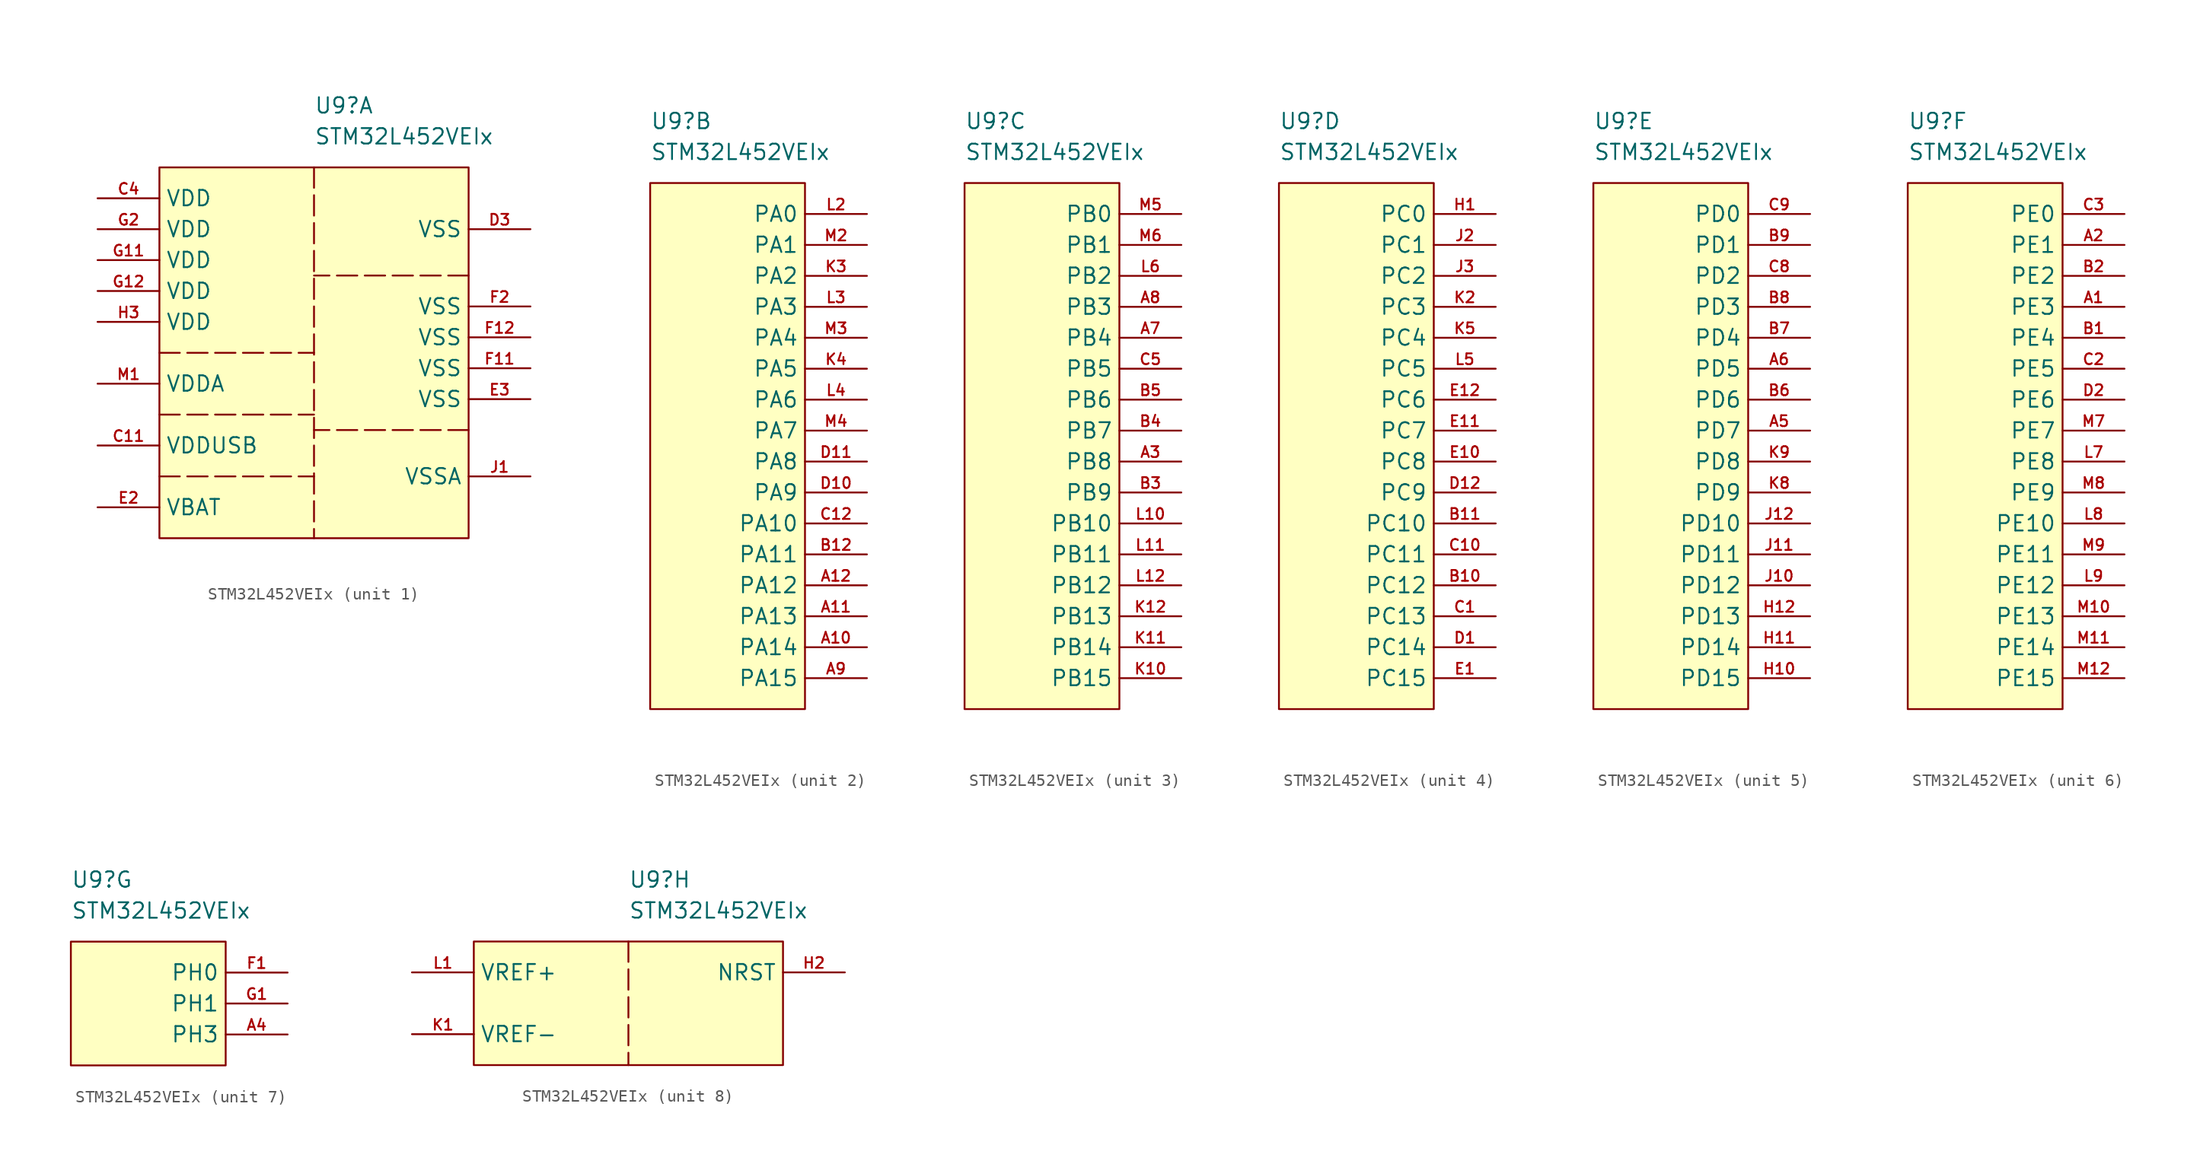
<source format=kicad_sym>
(kicad_symbol_lib
  (version 20241209)
  (generator "kicad_symbol_editor")
  (generator_version "9.0")
  (symbol "STM32L452VEIx"
    (property "Reference" "U9"
      (at 0 5.08 0)
      (effects (font (size 1.27 1.27)) (justify left)))
    (property "Value" "STM32L452VEIx"
      (at 0 2.54 0)
      (effects (font (size 1.27 1.27)) (justify left)))
    (property "ki_locked" ""
      (at 0 0 0)
      (effects (font (size 1.27 1.27))))
    (symbol "STM32L452VEIx_1_1"
      (rectangle (start -12.7 0) (end 12.7 -30.48) (stroke (width 0) (type solid)) (fill (type background)))
      (polyline (pts (xy -12.7 -15.24) (xy 0 -15.24)) (stroke (width 0) (type dash)) (fill (type none)))
      (polyline (pts (xy -12.7 -20.32) (xy 0 -20.32)) (stroke (width 0) (type dash)) (fill (type none)))
      (polyline (pts (xy -12.7 -25.4) (xy 0 -25.4)) (stroke (width 0) (type dash)) (fill (type none)))
      (polyline (pts (xy 0 0) (xy 0 -30.48)) (stroke (width 0) (type dash)) (fill (type none)))
      (polyline (pts (xy 12.7 -8.89) (xy 0 -8.89)) (stroke (width 0) (type dash)) (fill (type none)))
      (polyline (pts (xy 12.7 -21.59) (xy 0 -21.59)) (stroke (width 0) (type dash)) (fill (type none)))
      (pin power_in line (at -17.78 -2.54 0) (length 5.08) (name "VDD" (effects (font (size 1.27 1.27)))) (number "C4" (effects (font (size 0.889 0.889)))))
      (pin power_in line (at -17.78 -5.08 0) (length 5.08) (name "VDD" (effects (font (size 1.27 1.27)))) (number "G2" (effects (font (size 0.889 0.889)))))
      (pin power_in line (at -17.78 -7.62 0) (length 5.08) (name "VDD" (effects (font (size 1.27 1.27)))) (number "G11" (effects (font (size 0.889 0.889)))))
      (pin power_in line (at -17.78 -10.16 0) (length 5.08) (name "VDD" (effects (font (size 1.27 1.27)))) (number "G12" (effects (font (size 0.889 0.889)))))
      (pin power_in line (at -17.78 -12.7 0) (length 5.08) (name "VDD" (effects (font (size 1.27 1.27)))) (number "H3" (effects (font (size 0.889 0.889)))))
      (pin power_in line (at -17.78 -17.78 0) (length 5.08) (name "VDDA" (effects (font (size 1.27 1.27)))) (number "M1" (effects (font (size 0.889 0.889)))))
      (pin power_in line (at -17.78 -22.86 0) (length 5.08) (name "VDDUSB" (effects (font (size 1.27 1.27)))) (number "C11" (effects (font (size 0.889 0.889)))))
      (pin power_in line (at -17.78 -27.94 0) (length 5.08) (name "VBAT" (effects (font (size 1.27 1.27)))) (number "E2" (effects (font (size 0.889 0.889)))))
      (pin power_in line (at 17.78 -5.08 180) (length 5.08) (name "VSS" (effects (font (size 1.27 1.27)))) (number "D3" (effects (font (size 0.889 0.889)))))
      (pin power_in line (at 17.78 -11.43 180) (length 5.08) (name "VSS" (effects (font (size 1.27 1.27)))) (number "F2" (effects (font (size 0.889 0.889)))))
      (pin power_in line (at 17.78 -13.97 180) (length 5.08) (name "VSS" (effects (font (size 1.27 1.27)))) (number "F12" (effects (font (size 0.889 0.889)))))
      (pin power_in line (at 17.78 -16.51 180) (length 5.08) (name "VSS" (effects (font (size 1.27 1.27)))) (number "F11" (effects (font (size 0.889 0.889)))))
      (pin power_in line (at 17.78 -19.05 180) (length 5.08) (name "VSS" (effects (font (size 1.27 1.27)))) (number "E3" (effects (font (size 0.889 0.889)))))
      (pin power_in line (at 17.78 -25.4 180) (length 5.08) (name "VSSA" (effects (font (size 1.27 1.27)))) (number "J1" (effects (font (size 0.889 0.889))))))
    (symbol "STM32L452VEIx_2_1"
      (rectangle (start 0 0) (end 12.7 -43.18) (stroke (width 0) (type solid)) (fill (type background)))
      (pin bidirectional line (at 17.78 -2.54 180) (length 5.08) (name "PA0" (effects (font (size 1.27 1.27)))) (number "L2" (effects (font (size 0.889 0.889)))) (alternate "ADC1_IN5" bidirectional line) (alternate "COMP1_INM" bidirectional line) (alternate "COMP1_OUT" bidirectional line) (alternate "OPAMP1_VINP" bidirectional line) (alternate "RTC_TAMP2" bidirectional line) (alternate "SAI1_EXTCLK" bidirectional line) (alternate "SYS_WKUP1" bidirectional line) (alternate "TIM2_CH1" bidirectional line) (alternate "TIM2_ETR" bidirectional line) (alternate "UART4_TX" bidirectional line) (alternate "USART2_CTS" bidirectional line))
      (pin bidirectional line (at 17.78 -5.08 180) (length 5.08) (name "PA1" (effects (font (size 1.27 1.27)))) (number "M2" (effects (font (size 0.889 0.889)))) (alternate "ADC1_IN6" bidirectional line) (alternate "COMP1_INP" bidirectional line) (alternate "I2C1_SMBA" bidirectional line) (alternate "OPAMP1_VINM" bidirectional line) (alternate "SPI1_SCK" bidirectional line) (alternate "TIM15_CH1N" bidirectional line) (alternate "TIM2_CH2" bidirectional line) (alternate "UART4_RX" bidirectional line) (alternate "USART2_DE" bidirectional line) (alternate "USART2_RTS" bidirectional line))
      (pin bidirectional line (at 17.78 -7.62 180) (length 5.08) (name "PA2" (effects (font (size 1.27 1.27)))) (number "K3" (effects (font (size 0.889 0.889)))) (alternate "ADC1_IN7" bidirectional line) (alternate "COMP2_INM" bidirectional line) (alternate "COMP2_OUT" bidirectional line) (alternate "LPUART1_TX" bidirectional line) (alternate "QUADSPI_BK1_NCS" bidirectional line) (alternate "RCC_LSCO" bidirectional line) (alternate "SYS_WKUP4" bidirectional line) (alternate "TIM15_CH1" bidirectional line) (alternate "TIM2_CH3" bidirectional line) (alternate "USART2_TX" bidirectional line))
      (pin bidirectional line (at 17.78 -10.16 180) (length 5.08) (name "PA3" (effects (font (size 1.27 1.27)))) (number "L3" (effects (font (size 0.889 0.889)))) (alternate "ADC1_IN8" bidirectional line) (alternate "COMP2_INP" bidirectional line) (alternate "LPUART1_RX" bidirectional line) (alternate "OPAMP1_VOUT" bidirectional line) (alternate "QUADSPI_CLK" bidirectional line) (alternate "SAI1_MCLK_A" bidirectional line) (alternate "TIM15_CH2" bidirectional line) (alternate "TIM2_CH4" bidirectional line) (alternate "USART2_RX" bidirectional line))
      (pin bidirectional line (at 17.78 -12.7 180) (length 5.08) (name "PA4" (effects (font (size 1.27 1.27)))) (number "M3" (effects (font (size 0.889 0.889)))) (alternate "ADC1_IN9" bidirectional line) (alternate "COMP1_INM" bidirectional line) (alternate "COMP2_INM" bidirectional line) (alternate "DAC1_OUT1" bidirectional line) (alternate "LPTIM2_OUT" bidirectional line) (alternate "SAI1_FS_B" bidirectional line) (alternate "SPI1_NSS" bidirectional line) (alternate "SPI3_NSS" bidirectional line) (alternate "USART2_CK" bidirectional line))
      (pin bidirectional line (at 17.78 -15.24 180) (length 5.08) (name "PA5" (effects (font (size 1.27 1.27)))) (number "K4" (effects (font (size 0.889 0.889)))) (alternate "ADC1_IN10" bidirectional line) (alternate "COMP1_INM" bidirectional line) (alternate "COMP2_INM" bidirectional line) (alternate "DFSDM1_CKOUT" bidirectional line) (alternate "LPTIM2_ETR" bidirectional line) (alternate "SPI1_SCK" bidirectional line) (alternate "TIM2_CH1" bidirectional line) (alternate "TIM2_ETR" bidirectional line))
      (pin bidirectional line (at 17.78 -17.78 180) (length 5.08) (name "PA6" (effects (font (size 1.27 1.27)))) (number "L4" (effects (font (size 0.889 0.889)))) (alternate "ADC1_IN11" bidirectional line) (alternate "COMP1_OUT" bidirectional line) (alternate "LPUART1_CTS" bidirectional line) (alternate "QUADSPI_BK1_IO3" bidirectional line) (alternate "SPI1_MISO" bidirectional line) (alternate "TIM16_CH1" bidirectional line) (alternate "TIM1_BKIN" bidirectional line) (alternate "TIM1_BKIN_COMP2" bidirectional line) (alternate "TIM3_CH1" bidirectional line) (alternate "USART3_CTS" bidirectional line))
      (pin bidirectional line (at 17.78 -20.32 180) (length 5.08) (name "PA7" (effects (font (size 1.27 1.27)))) (number "M4" (effects (font (size 0.889 0.889)))) (alternate "ADC1_IN12" bidirectional line) (alternate "COMP2_OUT" bidirectional line) (alternate "DFSDM1_DATIN0" bidirectional line) (alternate "I2C3_SCL" bidirectional line) (alternate "QUADSPI_BK1_IO2" bidirectional line) (alternate "SPI1_MOSI" bidirectional line) (alternate "TIM1_CH1N" bidirectional line) (alternate "TIM3_CH2" bidirectional line))
      (pin bidirectional line (at 17.78 -22.86 180) (length 5.08) (name "PA8" (effects (font (size 1.27 1.27)))) (number "D11" (effects (font (size 0.889 0.889)))) (alternate "DFSDM1_CKIN1" bidirectional line) (alternate "LPTIM2_OUT" bidirectional line) (alternate "RCC_MCO" bidirectional line) (alternate "SAI1_SCK_A" bidirectional line) (alternate "TIM1_CH1" bidirectional line) (alternate "USART1_CK" bidirectional line))
      (pin bidirectional line (at 17.78 -25.4 180) (length 5.08) (name "PA9" (effects (font (size 1.27 1.27)))) (number "D10" (effects (font (size 0.889 0.889)))) (alternate "DAC1_EXTI9" bidirectional line) (alternate "DFSDM1_DATIN1" bidirectional line) (alternate "I2C1_SCL" bidirectional line) (alternate "SAI1_FS_A" bidirectional line) (alternate "TIM15_BKIN" bidirectional line) (alternate "TIM1_CH2" bidirectional line) (alternate "USART1_TX" bidirectional line))
      (pin bidirectional line (at 17.78 -27.94 180) (length 5.08) (name "PA10" (effects (font (size 1.27 1.27)))) (number "C12" (effects (font (size 0.889 0.889)))) (alternate "CRS_SYNC" bidirectional line) (alternate "I2C1_SDA" bidirectional line) (alternate "SAI1_SD_A" bidirectional line) (alternate "TIM1_CH3" bidirectional line) (alternate "USART1_RX" bidirectional line))
      (pin bidirectional line (at 17.78 -30.48 180) (length 5.08) (name "PA11" (effects (font (size 1.27 1.27)))) (number "B12" (effects (font (size 0.889 0.889)))) (alternate "ADC1_EXTI11" bidirectional line) (alternate "CAN1_RX" bidirectional line) (alternate "COMP1_OUT" bidirectional line) (alternate "SPI1_MISO" bidirectional line) (alternate "TIM1_BKIN2" bidirectional line) (alternate "TIM1_BKIN2_COMP1" bidirectional line) (alternate "TIM1_CH4" bidirectional line) (alternate "USART1_CTS" bidirectional line) (alternate "USB_DM" bidirectional line))
      (pin bidirectional line (at 17.78 -33.02 180) (length 5.08) (name "PA12" (effects (font (size 1.27 1.27)))) (number "A12" (effects (font (size 0.889 0.889)))) (alternate "CAN1_TX" bidirectional line) (alternate "SPI1_MOSI" bidirectional line) (alternate "TIM1_ETR" bidirectional line) (alternate "USART1_DE" bidirectional line) (alternate "USART1_RTS" bidirectional line) (alternate "USB_DP" bidirectional line))
      (pin bidirectional line (at 17.78 -35.56 180) (length 5.08) (name "PA13" (effects (font (size 1.27 1.27)))) (number "A11" (effects (font (size 0.889 0.889)))) (alternate "IR_OUT" bidirectional line) (alternate "SAI1_SD_B" bidirectional line) (alternate "SYS_JTMS-SWDIO" bidirectional line) (alternate "USB_NOE" bidirectional line))
      (pin bidirectional line (at 17.78 -38.1 180) (length 5.08) (name "PA14" (effects (font (size 1.27 1.27)))) (number "A10" (effects (font (size 0.889 0.889)))) (alternate "I2C1_SMBA" bidirectional line) (alternate "I2C4_SMBA" bidirectional line) (alternate "LPTIM1_OUT" bidirectional line) (alternate "SAI1_FS_B" bidirectional line) (alternate "SYS_JTCK-SWCLK" bidirectional line))
      (pin bidirectional line (at 17.78 -40.64 180) (length 5.08) (name "PA15" (effects (font (size 1.27 1.27)))) (number "A9" (effects (font (size 0.889 0.889)))) (alternate "ADC1_EXTI15" bidirectional line) (alternate "SPI1_NSS" bidirectional line) (alternate "SPI3_NSS" bidirectional line) (alternate "SYS_JTDI" bidirectional line) (alternate "TIM2_CH1" bidirectional line) (alternate "TIM2_ETR" bidirectional line) (alternate "TSC_G3_IO1" bidirectional line) (alternate "UART4_DE" bidirectional line) (alternate "UART4_RTS" bidirectional line) (alternate "USART2_RX" bidirectional line) (alternate "USART3_DE" bidirectional line) (alternate "USART3_RTS" bidirectional line)))
    (symbol "STM32L452VEIx_3_1"
      (rectangle (start 0 0) (end 12.7 -43.18) (stroke (width 0) (type solid)) (fill (type background)))
      (pin bidirectional line (at 17.78 -2.54 180) (length 5.08) (name "PB0" (effects (font (size 1.27 1.27)))) (number "M5" (effects (font (size 0.889 0.889)))) (alternate "ADC1_IN15" bidirectional line) (alternate "COMP1_OUT" bidirectional line) (alternate "DFSDM1_CKIN0" bidirectional line) (alternate "QUADSPI_BK1_IO1" bidirectional line) (alternate "SAI1_EXTCLK" bidirectional line) (alternate "SPI1_NSS" bidirectional line) (alternate "TIM1_CH2N" bidirectional line) (alternate "TIM3_CH3" bidirectional line) (alternate "USART3_CK" bidirectional line))
      (pin bidirectional line (at 17.78 -5.08 180) (length 5.08) (name "PB1" (effects (font (size 1.27 1.27)))) (number "M6" (effects (font (size 0.889 0.889)))) (alternate "ADC1_IN16" bidirectional line) (alternate "COMP1_INM" bidirectional line) (alternate "DFSDM1_DATIN0" bidirectional line) (alternate "LPTIM2_IN1" bidirectional line) (alternate "LPUART1_DE" bidirectional line) (alternate "LPUART1_RTS" bidirectional line) (alternate "QUADSPI_BK1_IO0" bidirectional line) (alternate "TIM1_CH3N" bidirectional line) (alternate "TIM3_CH4" bidirectional line) (alternate "USART3_DE" bidirectional line) (alternate "USART3_RTS" bidirectional line))
      (pin bidirectional line (at 17.78 -7.62 180) (length 5.08) (name "PB2" (effects (font (size 1.27 1.27)))) (number "L6" (effects (font (size 0.889 0.889)))) (alternate "COMP1_INP" bidirectional line) (alternate "DFSDM1_CKIN0" bidirectional line) (alternate "I2C3_SMBA" bidirectional line) (alternate "LPTIM1_OUT" bidirectional line) (alternate "RTC_OUT_ALARM" bidirectional line) (alternate "RTC_OUT_CALIB" bidirectional line))
      (pin bidirectional line (at 17.78 -10.16 180) (length 5.08) (name "PB3" (effects (font (size 1.27 1.27)))) (number "A8" (effects (font (size 0.889 0.889)))) (alternate "COMP2_INM" bidirectional line) (alternate "SAI1_SCK_B" bidirectional line) (alternate "SPI1_SCK" bidirectional line) (alternate "SPI3_SCK" bidirectional line) (alternate "SYS_JTDO-SWO" bidirectional line) (alternate "TIM2_CH2" bidirectional line) (alternate "USART1_DE" bidirectional line) (alternate "USART1_RTS" bidirectional line))
      (pin bidirectional line (at 17.78 -12.7 180) (length 5.08) (name "PB4" (effects (font (size 1.27 1.27)))) (number "A7" (effects (font (size 0.889 0.889)))) (alternate "COMP2_INP" bidirectional line) (alternate "I2C3_SDA" bidirectional line) (alternate "SAI1_MCLK_B" bidirectional line) (alternate "SPI1_MISO" bidirectional line) (alternate "SPI3_MISO" bidirectional line) (alternate "SYS_JTRST" bidirectional line) (alternate "TIM3_CH1" bidirectional line) (alternate "TSC_G2_IO1" bidirectional line) (alternate "USART1_CTS" bidirectional line))
      (pin bidirectional line (at 17.78 -15.24 180) (length 5.08) (name "PB5" (effects (font (size 1.27 1.27)))) (number "C5" (effects (font (size 0.889 0.889)))) (alternate "CAN1_RX" bidirectional line) (alternate "COMP2_OUT" bidirectional line) (alternate "I2C1_SMBA" bidirectional line) (alternate "LPTIM1_IN1" bidirectional line) (alternate "SAI1_SD_B" bidirectional line) (alternate "SPI1_MOSI" bidirectional line) (alternate "SPI3_MOSI" bidirectional line) (alternate "TIM16_BKIN" bidirectional line) (alternate "TIM3_CH2" bidirectional line) (alternate "TSC_G2_IO2" bidirectional line) (alternate "USART1_CK" bidirectional line))
      (pin bidirectional line (at 17.78 -17.78 180) (length 5.08) (name "PB6" (effects (font (size 1.27 1.27)))) (number "B5" (effects (font (size 0.889 0.889)))) (alternate "CAN1_TX" bidirectional line) (alternate "COMP2_INP" bidirectional line) (alternate "I2C1_SCL" bidirectional line) (alternate "I2C4_SCL" bidirectional line) (alternate "LPTIM1_ETR" bidirectional line) (alternate "SAI1_FS_B" bidirectional line) (alternate "TIM16_CH1N" bidirectional line) (alternate "TSC_G2_IO3" bidirectional line) (alternate "USART1_TX" bidirectional line))
      (pin bidirectional line (at 17.78 -20.32 180) (length 5.08) (name "PB7" (effects (font (size 1.27 1.27)))) (number "B4" (effects (font (size 0.889 0.889)))) (alternate "COMP2_INM" bidirectional line) (alternate "I2C1_SDA" bidirectional line) (alternate "I2C4_SDA" bidirectional line) (alternate "LPTIM1_IN2" bidirectional line) (alternate "SYS_PVD_IN" bidirectional line) (alternate "TSC_G2_IO4" bidirectional line) (alternate "UART4_CTS" bidirectional line) (alternate "USART1_RX" bidirectional line))
      (pin bidirectional line (at 17.78 -22.86 180) (length 5.08) (name "PB8" (effects (font (size 1.27 1.27)))) (number "A3" (effects (font (size 0.889 0.889)))) (alternate "CAN1_RX" bidirectional line) (alternate "I2C1_SCL" bidirectional line) (alternate "SAI1_MCLK_A" bidirectional line) (alternate "SDMMC1_D4" bidirectional line) (alternate "TIM16_CH1" bidirectional line))
      (pin bidirectional line (at 17.78 -25.4 180) (length 5.08) (name "PB9" (effects (font (size 1.27 1.27)))) (number "B3" (effects (font (size 0.889 0.889)))) (alternate "CAN1_TX" bidirectional line) (alternate "DAC1_EXTI9" bidirectional line) (alternate "I2C1_SDA" bidirectional line) (alternate "IR_OUT" bidirectional line) (alternate "SAI1_FS_A" bidirectional line) (alternate "SDMMC1_D5" bidirectional line) (alternate "SPI2_NSS" bidirectional line))
      (pin bidirectional line (at 17.78 -27.94 180) (length 5.08) (name "PB10" (effects (font (size 1.27 1.27)))) (number "L10" (effects (font (size 0.889 0.889)))) (alternate "COMP1_OUT" bidirectional line) (alternate "I2C2_SCL" bidirectional line) (alternate "I2C4_SCL" bidirectional line) (alternate "LPUART1_RX" bidirectional line) (alternate "QUADSPI_CLK" bidirectional line) (alternate "SAI1_SCK_A" bidirectional line) (alternate "SPI2_SCK" bidirectional line) (alternate "TIM2_CH3" bidirectional line) (alternate "TSC_SYNC" bidirectional line) (alternate "USART3_TX" bidirectional line))
      (pin bidirectional line (at 17.78 -30.48 180) (length 5.08) (name "PB11" (effects (font (size 1.27 1.27)))) (number "L11" (effects (font (size 0.889 0.889)))) (alternate "ADC1_EXTI11" bidirectional line) (alternate "COMP2_OUT" bidirectional line) (alternate "I2C2_SDA" bidirectional line) (alternate "I2C4_SDA" bidirectional line) (alternate "LPUART1_TX" bidirectional line) (alternate "QUADSPI_BK1_NCS" bidirectional line) (alternate "TIM2_CH4" bidirectional line) (alternate "USART3_RX" bidirectional line))
      (pin bidirectional line (at 17.78 -33.02 180) (length 5.08) (name "PB12" (effects (font (size 1.27 1.27)))) (number "L12" (effects (font (size 0.889 0.889)))) (alternate "CAN1_RX" bidirectional line) (alternate "DFSDM1_DATIN1" bidirectional line) (alternate "I2C2_SMBA" bidirectional line) (alternate "LPUART1_DE" bidirectional line) (alternate "LPUART1_RTS" bidirectional line) (alternate "SAI1_FS_A" bidirectional line) (alternate "SPI2_NSS" bidirectional line) (alternate "TIM15_BKIN" bidirectional line) (alternate "TIM1_BKIN" bidirectional line) (alternate "TIM1_BKIN_COMP2" bidirectional line) (alternate "TSC_G1_IO1" bidirectional line) (alternate "USART3_CK" bidirectional line))
      (pin bidirectional line (at 17.78 -35.56 180) (length 5.08) (name "PB13" (effects (font (size 1.27 1.27)))) (number "K12" (effects (font (size 0.889 0.889)))) (alternate "CAN1_TX" bidirectional line) (alternate "DFSDM1_CKIN1" bidirectional line) (alternate "I2C2_SCL" bidirectional line) (alternate "LPUART1_CTS" bidirectional line) (alternate "SAI1_SCK_A" bidirectional line) (alternate "SPI2_SCK" bidirectional line) (alternate "TIM15_CH1N" bidirectional line) (alternate "TIM1_CH1N" bidirectional line) (alternate "TSC_G1_IO2" bidirectional line) (alternate "USART3_CTS" bidirectional line))
      (pin bidirectional line (at 17.78 -38.1 180) (length 5.08) (name "PB14" (effects (font (size 1.27 1.27)))) (number "K11" (effects (font (size 0.889 0.889)))) (alternate "DFSDM1_DATIN2" bidirectional line) (alternate "I2C2_SDA" bidirectional line) (alternate "SAI1_MCLK_A" bidirectional line) (alternate "SPI2_MISO" bidirectional line) (alternate "TIM15_CH1" bidirectional line) (alternate "TIM1_CH2N" bidirectional line) (alternate "TSC_G1_IO3" bidirectional line) (alternate "USART3_DE" bidirectional line) (alternate "USART3_RTS" bidirectional line))
      (pin bidirectional line (at 17.78 -40.64 180) (length 5.08) (name "PB15" (effects (font (size 1.27 1.27)))) (number "K10" (effects (font (size 0.889 0.889)))) (alternate "ADC1_EXTI15" bidirectional line) (alternate "DFSDM1_CKIN2" bidirectional line) (alternate "RTC_REFIN" bidirectional line) (alternate "SAI1_SD_A" bidirectional line) (alternate "SPI2_MOSI" bidirectional line) (alternate "TIM15_CH2" bidirectional line) (alternate "TIM1_CH3N" bidirectional line) (alternate "TSC_G1_IO4" bidirectional line)))
    (symbol "STM32L452VEIx_4_1"
      (rectangle (start 0 0) (end 12.7 -43.18) (stroke (width 0) (type solid)) (fill (type background)))
      (pin bidirectional line (at 17.78 -2.54 180) (length 5.08) (name "PC0" (effects (font (size 1.27 1.27)))) (number "H1" (effects (font (size 0.889 0.889)))) (alternate "ADC1_IN1" bidirectional line) (alternate "I2C3_SCL" bidirectional line) (alternate "I2C4_SCL" bidirectional line) (alternate "LPTIM1_IN1" bidirectional line) (alternate "LPTIM2_IN1" bidirectional line) (alternate "LPUART1_RX" bidirectional line))
      (pin bidirectional line (at 17.78 -5.08 180) (length 5.08) (name "PC1" (effects (font (size 1.27 1.27)))) (number "J2" (effects (font (size 0.889 0.889)))) (alternate "ADC1_IN2" bidirectional line) (alternate "I2C3_SDA" bidirectional line) (alternate "I2C4_SDA" bidirectional line) (alternate "LPTIM1_OUT" bidirectional line) (alternate "LPUART1_TX" bidirectional line) (alternate "SYS_TRACED0" bidirectional line))
      (pin bidirectional line (at 17.78 -7.62 180) (length 5.08) (name "PC2" (effects (font (size 1.27 1.27)))) (number "J3" (effects (font (size 0.889 0.889)))) (alternate "ADC1_IN3" bidirectional line) (alternate "DFSDM1_CKOUT" bidirectional line) (alternate "LPTIM1_IN2" bidirectional line) (alternate "SPI2_MISO" bidirectional line))
      (pin bidirectional line (at 17.78 -10.16 180) (length 5.08) (name "PC3" (effects (font (size 1.27 1.27)))) (number "K2" (effects (font (size 0.889 0.889)))) (alternate "ADC1_IN4" bidirectional line) (alternate "LPTIM1_ETR" bidirectional line) (alternate "LPTIM2_ETR" bidirectional line) (alternate "SAI1_SD_A" bidirectional line) (alternate "SPI2_MOSI" bidirectional line))
      (pin bidirectional line (at 17.78 -12.7 180) (length 5.08) (name "PC4" (effects (font (size 1.27 1.27)))) (number "K5" (effects (font (size 0.889 0.889)))) (alternate "ADC1_IN13" bidirectional line) (alternate "COMP1_INM" bidirectional line) (alternate "USART3_TX" bidirectional line))
      (pin bidirectional line (at 17.78 -15.24 180) (length 5.08) (name "PC5" (effects (font (size 1.27 1.27)))) (number "L5" (effects (font (size 0.889 0.889)))) (alternate "ADC1_IN14" bidirectional line) (alternate "COMP1_INP" bidirectional line) (alternate "SYS_WKUP5" bidirectional line) (alternate "USART3_RX" bidirectional line))
      (pin bidirectional line (at 17.78 -17.78 180) (length 5.08) (name "PC6" (effects (font (size 1.27 1.27)))) (number "E12" (effects (font (size 0.889 0.889)))) (alternate "DFSDM1_CKIN3" bidirectional line) (alternate "SDMMC1_D6" bidirectional line) (alternate "TIM3_CH1" bidirectional line) (alternate "TSC_G4_IO1" bidirectional line))
      (pin bidirectional line (at 17.78 -20.32 180) (length 5.08) (name "PC7" (effects (font (size 1.27 1.27)))) (number "E11" (effects (font (size 0.889 0.889)))) (alternate "DFSDM1_DATIN3" bidirectional line) (alternate "SDMMC1_D7" bidirectional line) (alternate "TIM3_CH2" bidirectional line) (alternate "TSC_G4_IO2" bidirectional line))
      (pin bidirectional line (at 17.78 -22.86 180) (length 5.08) (name "PC8" (effects (font (size 1.27 1.27)))) (number "E10" (effects (font (size 0.889 0.889)))) (alternate "SDMMC1_D0" bidirectional line) (alternate "TIM3_CH3" bidirectional line) (alternate "TSC_G4_IO3" bidirectional line))
      (pin bidirectional line (at 17.78 -25.4 180) (length 5.08) (name "PC9" (effects (font (size 1.27 1.27)))) (number "D12" (effects (font (size 0.889 0.889)))) (alternate "DAC1_EXTI9" bidirectional line) (alternate "SDMMC1_D1" bidirectional line) (alternate "TIM3_CH4" bidirectional line) (alternate "TSC_G4_IO4" bidirectional line) (alternate "USB_NOE" bidirectional line))
      (pin bidirectional line (at 17.78 -27.94 180) (length 5.08) (name "PC10" (effects (font (size 1.27 1.27)))) (number "B11" (effects (font (size 0.889 0.889)))) (alternate "SDMMC1_D2" bidirectional line) (alternate "SPI3_SCK" bidirectional line) (alternate "SYS_TRACED1" bidirectional line) (alternate "TSC_G3_IO2" bidirectional line) (alternate "UART4_TX" bidirectional line) (alternate "USART3_TX" bidirectional line))
      (pin bidirectional line (at 17.78 -30.48 180) (length 5.08) (name "PC11" (effects (font (size 1.27 1.27)))) (number "C10" (effects (font (size 0.889 0.889)))) (alternate "ADC1_EXTI11" bidirectional line) (alternate "SDMMC1_D3" bidirectional line) (alternate "SPI3_MISO" bidirectional line) (alternate "TSC_G3_IO3" bidirectional line) (alternate "UART4_RX" bidirectional line) (alternate "USART3_RX" bidirectional line))
      (pin bidirectional line (at 17.78 -33.02 180) (length 5.08) (name "PC12" (effects (font (size 1.27 1.27)))) (number "B10" (effects (font (size 0.889 0.889)))) (alternate "SDMMC1_CK" bidirectional line) (alternate "SPI3_MOSI" bidirectional line) (alternate "SYS_TRACED3" bidirectional line) (alternate "TSC_G3_IO4" bidirectional line) (alternate "USART3_CK" bidirectional line))
      (pin bidirectional line (at 17.78 -35.56 180) (length 5.08) (name "PC13" (effects (font (size 1.27 1.27)))) (number "C1" (effects (font (size 0.889 0.889)))) (alternate "RTC_OUT_ALARM" bidirectional line) (alternate "RTC_OUT_CALIB" bidirectional line) (alternate "RTC_TAMP1" bidirectional line) (alternate "RTC_TS" bidirectional line) (alternate "SYS_WKUP2" bidirectional line))
      (pin bidirectional line (at 17.78 -38.1 180) (length 5.08) (name "PC14" (effects (font (size 1.27 1.27)))) (number "D1" (effects (font (size 0.889 0.889)))) (alternate "RCC_OSC32_IN" bidirectional line))
      (pin bidirectional line (at 17.78 -40.64 180) (length 5.08) (name "PC15" (effects (font (size 1.27 1.27)))) (number "E1" (effects (font (size 0.889 0.889)))) (alternate "ADC1_EXTI15" bidirectional line) (alternate "RCC_OSC32_OUT" bidirectional line)))
    (symbol "STM32L452VEIx_5_1"
      (rectangle (start 0 0) (end 12.7 -43.18) (stroke (width 0) (type solid)) (fill (type background)))
      (pin bidirectional line (at 17.78 -2.54 180) (length 5.08) (name "PD0" (effects (font (size 1.27 1.27)))) (number "C9" (effects (font (size 0.889 0.889)))) (alternate "CAN1_RX" bidirectional line) (alternate "SPI2_NSS" bidirectional line))
      (pin bidirectional line (at 17.78 -5.08 180) (length 5.08) (name "PD1" (effects (font (size 1.27 1.27)))) (number "B9" (effects (font (size 0.889 0.889)))) (alternate "CAN1_TX" bidirectional line) (alternate "SPI2_SCK" bidirectional line))
      (pin bidirectional line (at 17.78 -7.62 180) (length 5.08) (name "PD2" (effects (font (size 1.27 1.27)))) (number "C8" (effects (font (size 0.889 0.889)))) (alternate "SDMMC1_CMD" bidirectional line) (alternate "SYS_TRACED2" bidirectional line) (alternate "TIM3_ETR" bidirectional line) (alternate "TSC_SYNC" bidirectional line) (alternate "USART3_DE" bidirectional line) (alternate "USART3_RTS" bidirectional line))
      (pin bidirectional line (at 17.78 -10.16 180) (length 5.08) (name "PD3" (effects (font (size 1.27 1.27)))) (number "B8" (effects (font (size 0.889 0.889)))) (alternate "DFSDM1_DATIN0" bidirectional line) (alternate "QUADSPI_BK2_NCS" bidirectional line) (alternate "SPI2_MISO" bidirectional line) (alternate "USART2_CTS" bidirectional line))
      (pin bidirectional line (at 17.78 -12.7 180) (length 5.08) (name "PD4" (effects (font (size 1.27 1.27)))) (number "B7" (effects (font (size 0.889 0.889)))) (alternate "DFSDM1_CKIN0" bidirectional line) (alternate "QUADSPI_BK2_IO0" bidirectional line) (alternate "SPI2_MOSI" bidirectional line) (alternate "USART2_DE" bidirectional line) (alternate "USART2_RTS" bidirectional line))
      (pin bidirectional line (at 17.78 -15.24 180) (length 5.08) (name "PD5" (effects (font (size 1.27 1.27)))) (number "A6" (effects (font (size 0.889 0.889)))) (alternate "QUADSPI_BK2_IO1" bidirectional line) (alternate "USART2_TX" bidirectional line))
      (pin bidirectional line (at 17.78 -17.78 180) (length 5.08) (name "PD6" (effects (font (size 1.27 1.27)))) (number "B6" (effects (font (size 0.889 0.889)))) (alternate "DFSDM1_DATIN1" bidirectional line) (alternate "QUADSPI_BK2_IO2" bidirectional line) (alternate "SAI1_SD_A" bidirectional line) (alternate "USART2_RX" bidirectional line))
      (pin bidirectional line (at 17.78 -20.32 180) (length 5.08) (name "PD7" (effects (font (size 1.27 1.27)))) (number "A5" (effects (font (size 0.889 0.889)))) (alternate "DFSDM1_CKIN1" bidirectional line) (alternate "QUADSPI_BK2_IO3" bidirectional line) (alternate "USART2_CK" bidirectional line))
      (pin bidirectional line (at 17.78 -22.86 180) (length 5.08) (name "PD8" (effects (font (size 1.27 1.27)))) (number "K9" (effects (font (size 0.889 0.889)))) (alternate "USART3_TX" bidirectional line))
      (pin bidirectional line (at 17.78 -25.4 180) (length 5.08) (name "PD9" (effects (font (size 1.27 1.27)))) (number "K8" (effects (font (size 0.889 0.889)))) (alternate "DAC1_EXTI9" bidirectional line) (alternate "USART3_RX" bidirectional line))
      (pin bidirectional line (at 17.78 -27.94 180) (length 5.08) (name "PD10" (effects (font (size 1.27 1.27)))) (number "J12" (effects (font (size 0.889 0.889)))) (alternate "TSC_G6_IO1" bidirectional line) (alternate "USART3_CK" bidirectional line))
      (pin bidirectional line (at 17.78 -30.48 180) (length 5.08) (name "PD11" (effects (font (size 1.27 1.27)))) (number "J11" (effects (font (size 0.889 0.889)))) (alternate "ADC1_EXTI11" bidirectional line) (alternate "I2C4_SMBA" bidirectional line) (alternate "LPTIM2_ETR" bidirectional line) (alternate "TSC_G6_IO2" bidirectional line) (alternate "USART3_CTS" bidirectional line))
      (pin bidirectional line (at 17.78 -33.02 180) (length 5.08) (name "PD12" (effects (font (size 1.27 1.27)))) (number "J10" (effects (font (size 0.889 0.889)))) (alternate "I2C4_SCL" bidirectional line) (alternate "LPTIM2_IN1" bidirectional line) (alternate "TSC_G6_IO3" bidirectional line) (alternate "USART3_DE" bidirectional line) (alternate "USART3_RTS" bidirectional line))
      (pin bidirectional line (at 17.78 -35.56 180) (length 5.08) (name "PD13" (effects (font (size 1.27 1.27)))) (number "H12" (effects (font (size 0.889 0.889)))) (alternate "I2C4_SDA" bidirectional line) (alternate "LPTIM2_OUT" bidirectional line) (alternate "TSC_G6_IO4" bidirectional line))
      (pin bidirectional line (at 17.78 -38.1 180) (length 5.08) (name "PD14" (effects (font (size 1.27 1.27)))) (number "H11" (effects (font (size 0.889 0.889)))))
      (pin bidirectional line (at 17.78 -40.64 180) (length 5.08) (name "PD15" (effects (font (size 1.27 1.27)))) (number "H10" (effects (font (size 0.889 0.889)))) (alternate "ADC1_EXTI15" bidirectional line)))
    (symbol "STM32L452VEIx_6_1"
      (rectangle (start 0 0) (end 12.7 -43.18) (stroke (width 0) (type solid)) (fill (type background)))
      (pin bidirectional line (at 17.78 -2.54 180) (length 5.08) (name "PE0" (effects (font (size 1.27 1.27)))) (number "C3" (effects (font (size 0.889 0.889)))) (alternate "TIM16_CH1" bidirectional line))
      (pin bidirectional line (at 17.78 -5.08 180) (length 5.08) (name "PE1" (effects (font (size 1.27 1.27)))) (number "A2" (effects (font (size 0.889 0.889)))))
      (pin bidirectional line (at 17.78 -7.62 180) (length 5.08) (name "PE2" (effects (font (size 1.27 1.27)))) (number "B2" (effects (font (size 0.889 0.889)))) (alternate "SAI1_MCLK_A" bidirectional line) (alternate "SYS_TRACECLK" bidirectional line) (alternate "TIM3_ETR" bidirectional line) (alternate "TSC_G7_IO1" bidirectional line))
      (pin bidirectional line (at 17.78 -10.16 180) (length 5.08) (name "PE3" (effects (font (size 1.27 1.27)))) (number "A1" (effects (font (size 0.889 0.889)))) (alternate "SAI1_SD_B" bidirectional line) (alternate "SYS_TRACED0" bidirectional line) (alternate "TIM3_CH1" bidirectional line) (alternate "TSC_G7_IO2" bidirectional line))
      (pin bidirectional line (at 17.78 -12.7 180) (length 5.08) (name "PE4" (effects (font (size 1.27 1.27)))) (number "B1" (effects (font (size 0.889 0.889)))) (alternate "DFSDM1_DATIN3" bidirectional line) (alternate "SAI1_FS_A" bidirectional line) (alternate "SYS_TRACED1" bidirectional line) (alternate "TIM3_CH2" bidirectional line) (alternate "TSC_G7_IO3" bidirectional line))
      (pin bidirectional line (at 17.78 -15.24 180) (length 5.08) (name "PE5" (effects (font (size 1.27 1.27)))) (number "C2" (effects (font (size 0.889 0.889)))) (alternate "DFSDM1_CKIN3" bidirectional line) (alternate "SAI1_SCK_A" bidirectional line) (alternate "SYS_TRACED2" bidirectional line) (alternate "TIM3_CH3" bidirectional line) (alternate "TSC_G7_IO4" bidirectional line))
      (pin bidirectional line (at 17.78 -17.78 180) (length 5.08) (name "PE6" (effects (font (size 1.27 1.27)))) (number "D2" (effects (font (size 0.889 0.889)))) (alternate "RTC_TAMP3" bidirectional line) (alternate "SAI1_SD_A" bidirectional line) (alternate "SYS_TRACED3" bidirectional line) (alternate "SYS_WKUP3" bidirectional line) (alternate "TIM3_CH4" bidirectional line))
      (pin bidirectional line (at 17.78 -20.32 180) (length 5.08) (name "PE7" (effects (font (size 1.27 1.27)))) (number "M7" (effects (font (size 0.889 0.889)))) (alternate "DFSDM1_DATIN2" bidirectional line) (alternate "SAI1_SD_B" bidirectional line) (alternate "TIM1_ETR" bidirectional line))
      (pin bidirectional line (at 17.78 -22.86 180) (length 5.08) (name "PE8" (effects (font (size 1.27 1.27)))) (number "L7" (effects (font (size 0.889 0.889)))) (alternate "DFSDM1_CKIN2" bidirectional line) (alternate "SAI1_SCK_B" bidirectional line) (alternate "TIM1_CH1N" bidirectional line))
      (pin bidirectional line (at 17.78 -25.4 180) (length 5.08) (name "PE9" (effects (font (size 1.27 1.27)))) (number "M8" (effects (font (size 0.889 0.889)))) (alternate "DAC1_EXTI9" bidirectional line) (alternate "DFSDM1_CKOUT" bidirectional line) (alternate "SAI1_FS_B" bidirectional line) (alternate "TIM1_CH1" bidirectional line))
      (pin bidirectional line (at 17.78 -27.94 180) (length 5.08) (name "PE10" (effects (font (size 1.27 1.27)))) (number "L8" (effects (font (size 0.889 0.889)))) (alternate "QUADSPI_CLK" bidirectional line) (alternate "SAI1_MCLK_B" bidirectional line) (alternate "TIM1_CH2N" bidirectional line) (alternate "TSC_G5_IO1" bidirectional line))
      (pin bidirectional line (at 17.78 -30.48 180) (length 5.08) (name "PE11" (effects (font (size 1.27 1.27)))) (number "M9" (effects (font (size 0.889 0.889)))) (alternate "ADC1_EXTI11" bidirectional line) (alternate "QUADSPI_BK1_NCS" bidirectional line) (alternate "TIM1_CH2" bidirectional line) (alternate "TSC_G5_IO2" bidirectional line))
      (pin bidirectional line (at 17.78 -33.02 180) (length 5.08) (name "PE12" (effects (font (size 1.27 1.27)))) (number "L9" (effects (font (size 0.889 0.889)))) (alternate "QUADSPI_BK1_IO0" bidirectional line) (alternate "SPI1_NSS" bidirectional line) (alternate "TIM1_CH3N" bidirectional line) (alternate "TSC_G5_IO3" bidirectional line))
      (pin bidirectional line (at 17.78 -35.56 180) (length 5.08) (name "PE13" (effects (font (size 1.27 1.27)))) (number "M10" (effects (font (size 0.889 0.889)))) (alternate "QUADSPI_BK1_IO1" bidirectional line) (alternate "SPI1_SCK" bidirectional line) (alternate "TIM1_CH3" bidirectional line) (alternate "TSC_G5_IO4" bidirectional line))
      (pin bidirectional line (at 17.78 -38.1 180) (length 5.08) (name "PE14" (effects (font (size 1.27 1.27)))) (number "M11" (effects (font (size 0.889 0.889)))) (alternate "QUADSPI_BK1_IO2" bidirectional line) (alternate "SPI1_MISO" bidirectional line) (alternate "TIM1_BKIN2" bidirectional line) (alternate "TIM1_BKIN2_COMP2" bidirectional line) (alternate "TIM1_CH4" bidirectional line))
      (pin bidirectional line (at 17.78 -40.64 180) (length 5.08) (name "PE15" (effects (font (size 1.27 1.27)))) (number "M12" (effects (font (size 0.889 0.889)))) (alternate "ADC1_EXTI15" bidirectional line) (alternate "QUADSPI_BK1_IO3" bidirectional line) (alternate "SPI1_MOSI" bidirectional line) (alternate "TIM1_BKIN" bidirectional line) (alternate "TIM1_BKIN_COMP1" bidirectional line)))
    (symbol "STM32L452VEIx_7_1"
      (rectangle (start 0 0) (end 12.7 -10.16) (stroke (width 0) (type solid)) (fill (type background)))
      (pin bidirectional line (at 17.78 -2.54 180) (length 5.08) (name "PH0" (effects (font (size 1.27 1.27)))) (number "F1" (effects (font (size 0.889 0.889)))) (alternate "RCC_OSC_IN" bidirectional line))
      (pin bidirectional line (at 17.78 -5.08 180) (length 5.08) (name "PH1" (effects (font (size 1.27 1.27)))) (number "G1" (effects (font (size 0.889 0.889)))) (alternate "RCC_OSC_OUT" bidirectional line))
      (pin bidirectional line (at 17.78 -7.62 180) (length 5.08) (name "PH3" (effects (font (size 1.27 1.27)))) (number "A4" (effects (font (size 0.889 0.889)))) (alternate "BOOT0" input line)))
    (symbol "STM32L452VEIx_8_1"
      (rectangle (start -12.7 0) (end 12.7 -10.16) (stroke (width 0) (type solid)) (fill (type background)))
      (polyline (pts (xy 0 0) (xy 0 -10.16)) (stroke (width 0) (type dash)) (fill (type none)))
      (pin input line (at -17.78 -2.54 0) (length 5.08) (name "VREF+" (effects (font (size 1.27 1.27)))) (number "L1" (effects (font (size 0.889 0.889)))) (alternate "VREFBUF_OUT" bidirectional line))
      (pin input line (at -17.78 -7.62 0) (length 5.08) (name "VREF-" (effects (font (size 1.27 1.27)))) (number "K1" (effects (font (size 0.889 0.889)))))
      (pin input line (at 17.78 -2.54 180) (length 5.08) (name "NRST" (effects (font (size 1.27 1.27)))) (number "H2" (effects (font (size 0.889 0.889))))))))
</source>
